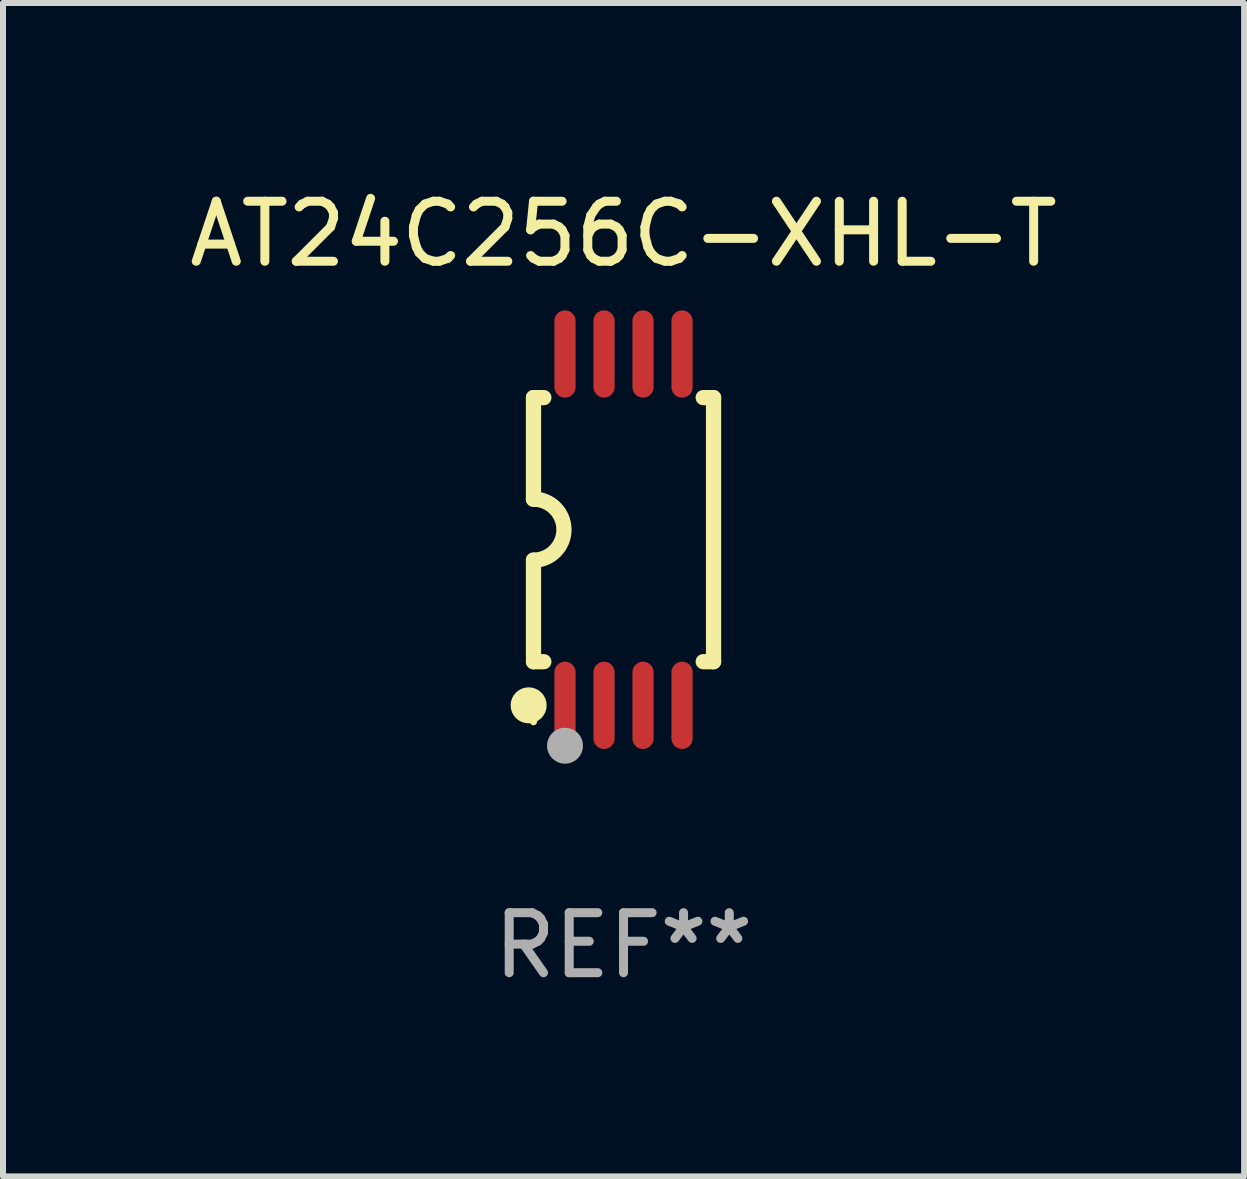
<source format=kicad_pcb>
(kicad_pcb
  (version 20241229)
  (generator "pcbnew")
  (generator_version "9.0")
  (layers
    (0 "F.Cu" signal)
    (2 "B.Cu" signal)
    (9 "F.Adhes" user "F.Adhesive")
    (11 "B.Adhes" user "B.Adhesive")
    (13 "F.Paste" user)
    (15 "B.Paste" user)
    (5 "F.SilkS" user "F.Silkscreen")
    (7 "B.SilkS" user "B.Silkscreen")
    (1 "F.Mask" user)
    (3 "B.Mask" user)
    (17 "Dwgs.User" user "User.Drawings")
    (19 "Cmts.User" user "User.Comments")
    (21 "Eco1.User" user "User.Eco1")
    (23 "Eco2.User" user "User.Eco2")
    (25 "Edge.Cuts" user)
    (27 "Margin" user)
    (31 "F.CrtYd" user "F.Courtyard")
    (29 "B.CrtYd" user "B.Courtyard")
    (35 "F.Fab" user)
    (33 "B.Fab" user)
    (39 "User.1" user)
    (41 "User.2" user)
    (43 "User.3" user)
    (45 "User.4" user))
  (footprint "AT24C256C-XHL-T"
    (layer "F.Cu")
    (at 7.339 5.775)
    (property "Reference" "AT24C256C-XHL-T" (at 0 -4.927 0) (layer "F.SilkS") (effects (font (size 1 1) (thickness 0.15))))
    (attr through_hole)
    (fp_line (start -1.5 -2.2) (end -1.5 -0.508) (stroke (width 0.254) (type solid)) (layer "F.SilkS"))
    (fp_line (start -1.5 -2.2) (end -1.328 -2.2) (stroke (width 0.254) (type solid)) (layer "F.SilkS"))
    (fp_line (start -1.5 2.2) (end -1.5 0.508) (stroke (width 0.254) (type solid)) (layer "F.SilkS"))
    (fp_line (start -1.5 2.2) (end -1.328 2.2) (stroke (width 0.254) (type solid)) (layer "F.SilkS"))
    (fp_line (start 1.328 -2.2) (end 1.5 -2.2) (stroke (width 0.254) (type solid)) (layer "F.SilkS"))
    (fp_line (start 1.328 2.2) (end 1.5 2.2) (stroke (width 0.254) (type solid)) (layer "F.SilkS"))
    (fp_line (start 1.5 -2.2) (end 1.5 2.2) (stroke (width 0.254) (type solid)) (layer "F.SilkS"))
    (fp_arc (start -1.501144 -0.508) (mid -0.993143 -0.000571) (end -1.5 0.508001) (stroke (width 0.254001) (type solid)) (layer "F.SilkS"))
    (fp_circle (center -1.581 2.927) (end -1.431 2.927) (stroke (width 0.3) (type solid)) (fill no) (layer "F.SilkS"))
    (fp_circle (center -1.5 3.2) (end -1.47 3.2) (stroke (width 0.06) (type solid)) (fill no) (layer "F.SilkS"))
    (fp_circle (center -0.975 3.6) (end -0.825 3.6) (stroke (width 0.3) (type solid)) (fill no) (layer "F.Fab"))
    (fp_text user "REF**" (at 0 6.927 0) (layer "F.Fab") (effects (font (size 1 1) (thickness 0.15))))
    (pad "1" smd oval (at -0.975 2.927) (size 0.353 1.454) (layers "F.Cu" "F.Mask" "F.Paste"))
    (pad "2" smd oval (at -0.325 2.927) (size 0.353 1.454) (layers "F.Cu" "F.Mask" "F.Paste"))
    (pad "3" smd oval (at 0.325 2.927) (size 0.353 1.454) (layers "F.Cu" "F.Mask" "F.Paste"))
    (pad "4" smd oval (at 0.975 2.927) (size 0.353 1.454) (layers "F.Cu" "F.Mask" "F.Paste"))
    (pad "5" smd oval (at 0.975 -2.927) (size 0.353 1.454) (layers "F.Cu" "F.Mask" "F.Paste"))
    (pad "6" smd oval (at 0.325 -2.927) (size 0.353 1.454) (layers "F.Cu" "F.Mask" "F.Paste"))
    (pad "7" smd oval (at -0.325 -2.927) (size 0.353 1.454) (layers "F.Cu" "F.Mask" "F.Paste"))
    (pad "8" smd oval (at -0.975 -2.927) (size 0.353 1.454) (layers "F.Cu" "F.Mask" "F.Paste")))
  (gr_rect
    (start -3 -3)
    (end 17.679 16.551)
    (stroke (width 0.1) (type default))
    (fill no)
    (layer "Edge.Cuts")))
</source>
